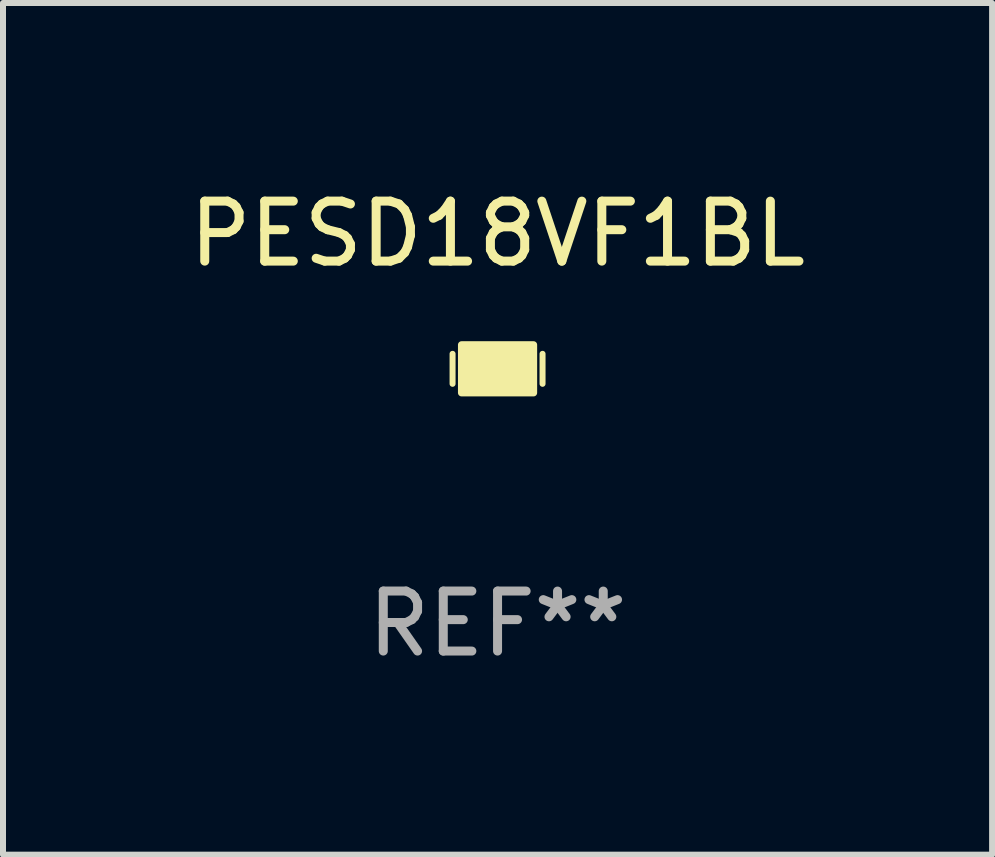
<source format=kicad_pcb>
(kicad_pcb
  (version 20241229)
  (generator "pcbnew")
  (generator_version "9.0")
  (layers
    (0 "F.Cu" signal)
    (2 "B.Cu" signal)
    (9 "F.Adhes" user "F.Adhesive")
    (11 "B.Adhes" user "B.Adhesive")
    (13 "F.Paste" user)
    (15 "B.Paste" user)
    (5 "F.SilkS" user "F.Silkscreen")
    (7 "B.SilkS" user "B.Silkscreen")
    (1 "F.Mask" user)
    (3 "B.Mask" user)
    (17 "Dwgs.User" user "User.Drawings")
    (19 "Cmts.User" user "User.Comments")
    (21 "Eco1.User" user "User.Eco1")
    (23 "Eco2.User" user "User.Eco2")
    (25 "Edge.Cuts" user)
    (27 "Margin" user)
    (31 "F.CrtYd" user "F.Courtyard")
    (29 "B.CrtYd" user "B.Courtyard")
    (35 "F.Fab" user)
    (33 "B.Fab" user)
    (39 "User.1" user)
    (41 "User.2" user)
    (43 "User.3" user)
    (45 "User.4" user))
  (footprint "PESD18VF1BL"
    (layer "F.Cu")
    (at 5.244 3.098)
    (property "Reference" "PESD18VF1BL" (at 0 -2.25 0) (layer "F.SilkS") (effects (font (size 1 1) (thickness 0.15))))
    (attr through_hole)
    (fp_line (start -0.75 0.25) (end -0.75 -0.25) (stroke (width 0.1) (type solid)) (layer "F.SilkS"))
    (fp_line (start 0.75 -0.25) (end 0.75 0.25) (stroke (width 0.1) (type solid)) (layer "F.SilkS"))
    (fp_circle (center -0.5 0.3) (end -0.47 0.3) (stroke (width 0.06) (type solid)) (fill no) (layer "F.SilkS"))
    (fp_poly (pts (xy -0.6 -0.4) (xy 0.6 -0.4) (xy 0.6 0.4) (xy -0.6 0.4)) (stroke (width 0.12) (type solid)) (fill yes) (layer "F.SilkS"))
    (fp_text user "REF**" (at 0 4.25 0) (layer "F.Fab") (effects (font (size 1 1) (thickness 0.15))))
    (pad "1" smd rect (at -0.325 -0.000013) (size 0.3 0.6) (layers "F.Cu" "F.Mask" "F.Paste"))
    (pad "2" smd rect (at 0.325 -0.000013) (size 0.3 0.6) (layers "F.Cu" "F.Mask" "F.Paste")))
  (gr_rect
    (start -3 -3)
    (end 13.488 11.197)
    (stroke (width 0.1) (type default))
    (fill no)
    (layer "Edge.Cuts")))
</source>
